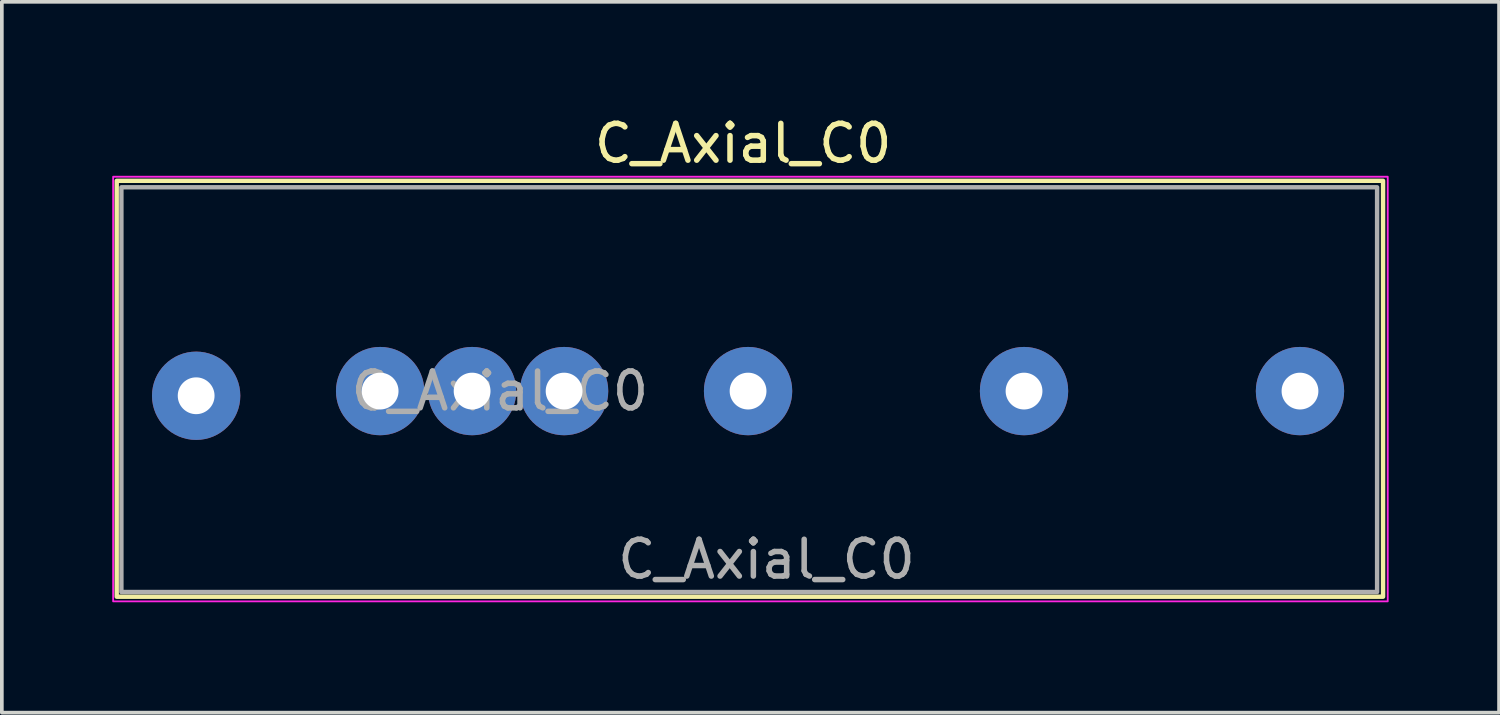
<source format=kicad_pcb>
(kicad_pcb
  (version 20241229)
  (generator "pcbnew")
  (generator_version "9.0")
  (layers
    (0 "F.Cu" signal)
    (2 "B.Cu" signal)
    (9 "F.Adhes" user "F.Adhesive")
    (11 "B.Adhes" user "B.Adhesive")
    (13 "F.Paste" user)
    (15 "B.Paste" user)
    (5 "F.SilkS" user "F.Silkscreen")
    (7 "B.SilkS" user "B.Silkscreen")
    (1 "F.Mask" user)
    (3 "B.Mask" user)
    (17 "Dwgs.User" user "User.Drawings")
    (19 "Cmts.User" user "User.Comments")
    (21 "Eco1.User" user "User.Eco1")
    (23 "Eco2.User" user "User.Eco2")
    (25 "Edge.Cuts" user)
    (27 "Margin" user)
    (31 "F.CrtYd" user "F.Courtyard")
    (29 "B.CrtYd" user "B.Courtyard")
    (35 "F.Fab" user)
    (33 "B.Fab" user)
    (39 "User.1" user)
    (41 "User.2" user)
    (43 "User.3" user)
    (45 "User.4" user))
  (footprint "C_Axial_C0"
    (layer "F.Cu")
    (at 2.288 7.706)
    (property "Reference" "C_Axial_C0" (at 14.859 -6.858 0) (layer "F.SilkS") (effects (font (size 1 1) (thickness 0.15))))
    (attr through_hole)
    (fp_rect (start -2.166 -5.842) (end 32.251 5.461) (stroke (width 0.12) (type solid)) (fill no) (layer "F.SilkS"))
    (fp_rect (start -2.263 -5.953) (end 32.378 5.588) (stroke (width 0.05) (type solid)) (fill no) (layer "F.CrtYd"))
    (fp_rect (start -2.039 -5.666) (end 32.089 5.334) (stroke (width 0.12) (type solid)) (fill no) (layer "F.Fab"))
    (fp_text user "${REFERENCE}" (at 8.248 -0.127 0) (layer "F.Fab") (effects (font (size 1 1) (thickness 0.15))))
    (fp_text user "${REFERENCE}" (at 15.494 4.445 0) (layer "F.Fab") (effects (font (size 1 1) (thickness 0.15))))
    (pad "1" thru_hole circle (at -0.007 0) (size 2.4 2.4) (drill 1) (layers "*.Cu" "*.Mask"))
    (pad "2" thru_hole circle (at 4.993 -0.127 180) (size 2.4 2.4) (drill 1) (layers "*.Cu" "*.Mask"))
    (pad "2" thru_hole circle (at 7.493 -0.127 180) (size 2.4 2.4) (drill 1) (layers "*.Cu" "*.Mask"))
    (pad "2" thru_hole circle (at 9.993 -0.127 180) (size 2.4 2.4) (drill 1) (layers "*.Cu" "*.Mask"))
    (pad "2" thru_hole circle (at 14.993 -0.127 180) (size 2.4 2.4) (drill 1) (layers "*.Cu" "*.Mask"))
    (pad "2" thru_hole circle (at 22.493 -0.127 180) (size 2.4 2.4) (drill 1) (layers "*.Cu" "*.Mask"))
    (pad "2" thru_hole circle (at 29.993 -0.127) (size 2.4 2.4) (drill 1) (layers "*.Cu" "*.Mask")))
  (gr_rect
    (start -3 -3)
    (end 37.691 16.319)
    (stroke (width 0.1) (type default))
    (fill no)
    (layer "Edge.Cuts")))
</source>
